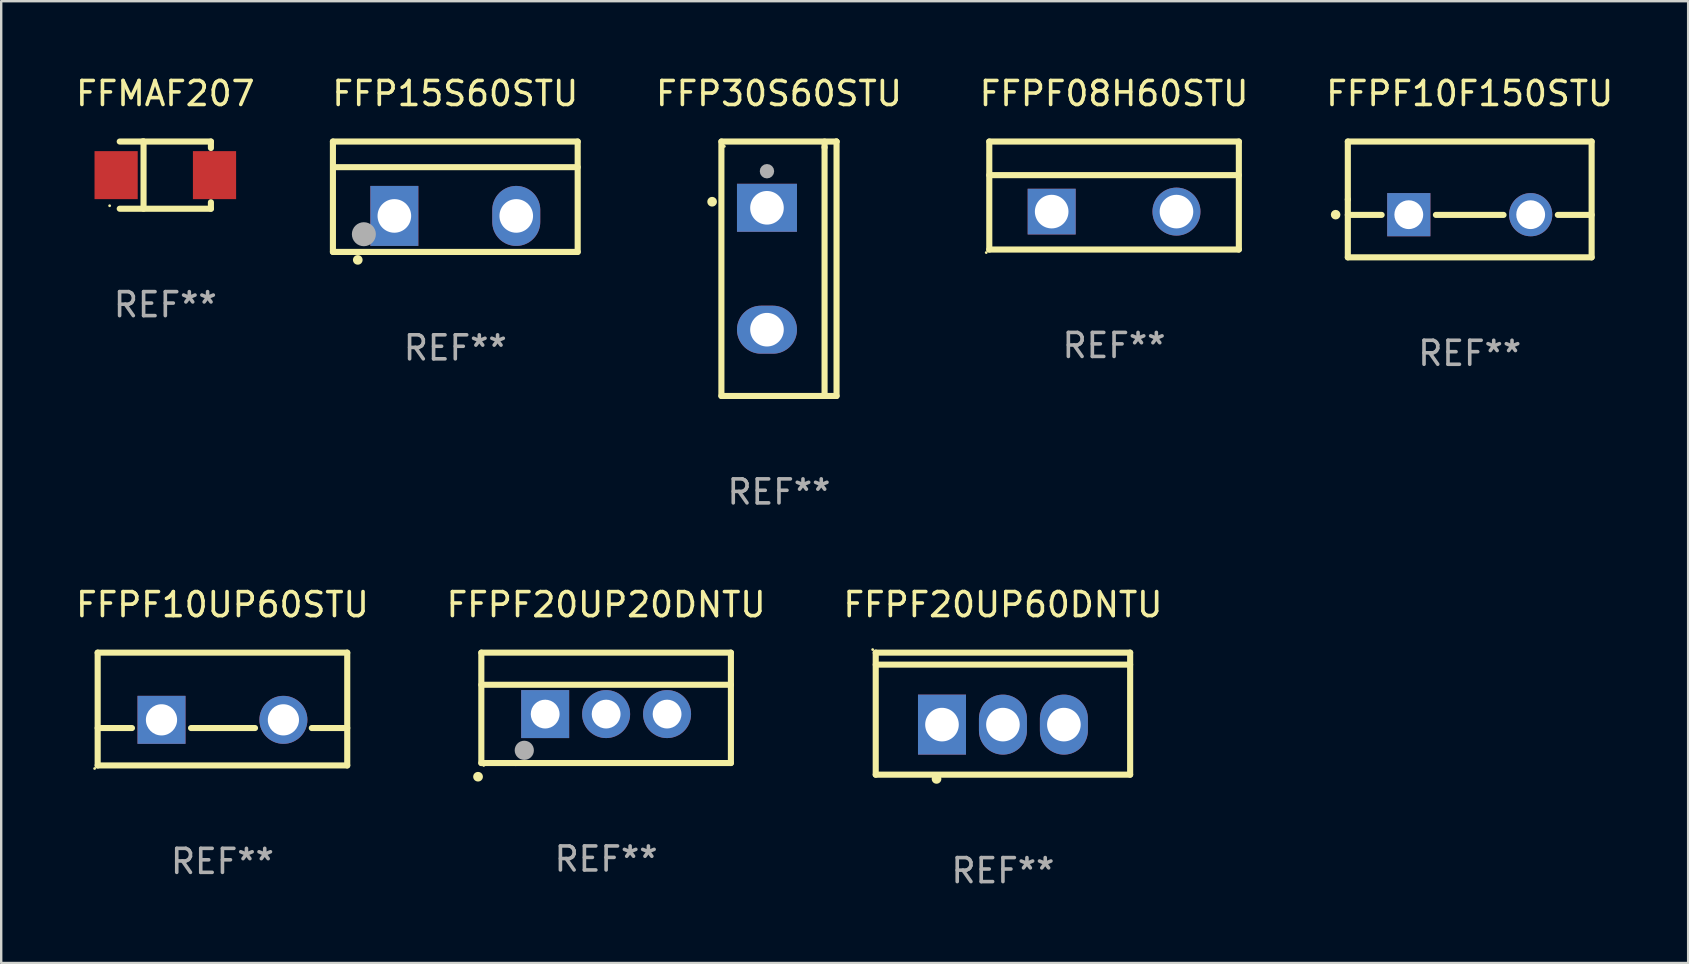
<source format=kicad_pcb>
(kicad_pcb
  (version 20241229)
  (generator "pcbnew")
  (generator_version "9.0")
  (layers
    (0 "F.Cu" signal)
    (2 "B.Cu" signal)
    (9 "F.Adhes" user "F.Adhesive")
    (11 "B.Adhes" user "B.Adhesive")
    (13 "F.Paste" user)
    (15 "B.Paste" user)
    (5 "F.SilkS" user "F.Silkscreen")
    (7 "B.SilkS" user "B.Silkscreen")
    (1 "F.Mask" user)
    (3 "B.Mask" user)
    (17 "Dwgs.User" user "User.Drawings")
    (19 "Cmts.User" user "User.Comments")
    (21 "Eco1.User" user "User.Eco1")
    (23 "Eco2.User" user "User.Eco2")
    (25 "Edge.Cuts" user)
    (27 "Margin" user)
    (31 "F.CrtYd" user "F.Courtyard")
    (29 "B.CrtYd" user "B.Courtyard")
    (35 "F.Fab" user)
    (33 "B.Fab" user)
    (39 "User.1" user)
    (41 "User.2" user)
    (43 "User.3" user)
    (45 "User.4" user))
  (footprint "FFMAF207"
    (layer "F.Cu")
    (at 3.839 4.248)
    (property "Reference" "FFMAF207" (at 0 -3.4 0) (layer "F.SilkS") (effects (font (size 1 1) (thickness 0.15))))
    (attr through_hole)
    (fp_line (start -1.9 -1.4) (end 1.9 -1.4) (stroke (width 0.254) (type solid)) (layer "F.SilkS"))
    (fp_line (start -1.9 1.4) (end 1.9 1.4) (stroke (width 0.254) (type solid)) (layer "F.SilkS"))
    (fp_line (start -0.954 -1.4) (end -0.907 -1.4) (stroke (width 0.254) (type solid)) (layer "F.SilkS"))
    (fp_line (start -0.907 -1.4) (end -0.907 1.4) (stroke (width 0.254) (type solid)) (layer "F.SilkS"))
    (fp_line (start 1.9 -1.4) (end 1.9 -1.131) (stroke (width 0.254) (type solid)) (layer "F.SilkS"))
    (fp_line (start 1.9 1.131) (end 1.9 1.4) (stroke (width 0.254) (type solid)) (layer "F.SilkS"))
    (fp_circle (center -2.32 1.275) (end -2.29 1.275) (stroke (width 0.06) (type solid)) (fill no) (layer "F.SilkS"))
    (fp_text user "REF**" (at 0 5.4 0) (layer "F.Fab") (effects (font (size 1 1) (thickness 0.15))))
    (pad "1" smd rect (at -2.05 0 180) (size 1.8 2) (layers "F.Cu" "F.Mask" "F.Paste"))
    (pad "2" smd rect (at 2.05 0 180) (size 1.8 2) (layers "F.Cu" "F.Mask" "F.Paste")))
  (footprint "FFPF10F150STU"
    (layer "F.Cu")
    (at 58.196 5.261)
    (property "Reference" "FFPF10F150STU" (at 0 -4.413 0) (layer "F.SilkS") (effects (font (size 1 1) (thickness 0.15))))
    (attr through_hole)
    (fp_line (start -5.08 -2.413) (end 5.08 -2.413) (stroke (width 0.254) (type solid)) (layer "F.SilkS"))
    (fp_line (start -5.08 0) (end -5.08 -2.413) (stroke (width 0.254) (type solid)) (layer "F.SilkS"))
    (fp_line (start -5.08 0.644) (end -3.671 0.644) (stroke (width 0.254) (type solid)) (layer "F.SilkS"))
    (fp_line (start -5.08 2.413) (end -5.08 0) (stroke (width 0.254) (type solid)) (layer "F.SilkS"))
    (fp_line (start -1.409 0.644) (end 1.409 0.644) (stroke (width 0.254) (type solid)) (layer "F.SilkS"))
    (fp_line (start 3.671 0.644) (end 5.08 0.644) (stroke (width 0.254) (type solid)) (layer "F.SilkS"))
    (fp_line (start 5.08 -2.413) (end 5.08 2.413) (stroke (width 0.254) (type solid)) (layer "F.SilkS"))
    (fp_line (start 5.08 2.413) (end -5.08 2.413) (stroke (width 0.254) (type solid)) (layer "F.SilkS"))
    (fp_circle (center -5.588 0.635) (end -5.488 0.635) (stroke (width 0.2) (type solid)) (fill no) (layer "F.SilkS"))
    (fp_circle (center -5.08 2.325) (end -5.05 2.325) (stroke (width 0.06) (type solid)) (fill no) (layer "F.SilkS"))
    (fp_text user "REF**" (at 0 6.413 0) (layer "F.Fab") (effects (font (size 1 1) (thickness 0.15))))
    (pad "1" thru_hole rect (at -2.54 0.635) (size 1.8 1.8) (drill 1.2) (layers "*.Cu" "*.Mask"))
    (pad "2" thru_hole circle (at 2.54 0.635) (size 1.8 1.8) (drill 1.2) (layers "*.Cu" "*.Mask")))
  (footprint "FFPF20UP60DNTU"
    (layer "F.Cu")
    (at 38.744 26.689)
    (property "Reference" "FFPF20UP60DNTU" (at 0 -4.543 0) (layer "F.SilkS") (effects (font (size 1 1) (thickness 0.15))))
    (attr through_hole)
    (fp_line (start -5.301 -2.543) (end 5.301 -2.543) (stroke (width 0.254) (type solid)) (layer "F.SilkS"))
    (fp_line (start -5.301 2.543) (end -5.301 -2.543) (stroke (width 0.254) (type solid)) (layer "F.SilkS"))
    (fp_line (start 5.3 -2.043) (end -5.3 -2.043) (stroke (width 0.254) (type solid)) (layer "F.SilkS"))
    (fp_line (start 5.301 -2.543) (end 5.301 2.543) (stroke (width 0.254) (type solid)) (layer "F.SilkS"))
    (fp_line (start 5.301 2.543) (end -5.301 2.543) (stroke (width 0.254) (type solid)) (layer "F.SilkS"))
    (fp_arc (start -2.768606 2.720345) (mid -2.767336 2.720341) (end -2.766066 2.720345) (stroke (width 0.4) (type solid)) (layer "F.SilkS"))
    (fp_circle (center -5.428 -2.67) (end -5.398 -2.67) (stroke (width 0.06) (type solid)) (fill no) (layer "F.SilkS"))
    (fp_text user "REF**" (at 0 6.543 0) (layer "F.Fab") (effects (font (size 1 1) (thickness 0.15))))
    (pad "1" thru_hole rect (at -2.54 0.457) (size 2 2.5) (drill 1.4) (layers "*.Cu" "*.Mask"))
    (pad "2" thru_hole oval (at 0 0.457) (size 2 2.5) (drill 1.4) (layers "*.Cu" "*.Mask"))
    (pad "3" thru_hole oval (at 2.54 0.457) (size 2 2.5) (drill 1.4) (layers "*.Cu" "*.Mask")))
  (footprint "FFPF10UP60STU"
    (layer "F.Cu")
    (at 6.22 26.497)
    (property "Reference" "FFPF10UP60STU" (at 0 -4.35 0) (layer "F.SilkS") (effects (font (size 1 1) (thickness 0.15))))
    (attr through_hole)
    (fp_line (start -5.2 -2.35) (end -5.2 2.35) (stroke (width 0.254) (type solid)) (layer "F.SilkS"))
    (fp_line (start -5.2 -2.35) (end 5.2 -2.35) (stroke (width 0.254) (type solid)) (layer "F.SilkS"))
    (fp_line (start -5.2 0.792) (end -3.771 0.792) (stroke (width 0.254) (type solid)) (layer "F.SilkS"))
    (fp_line (start -5.2 2.35) (end 5.2 2.35) (stroke (width 0.254) (type solid)) (layer "F.SilkS"))
    (fp_line (start -1.309 0.792) (end 1.357 0.792) (stroke (width 0.254) (type solid)) (layer "F.SilkS"))
    (fp_line (start 3.723 0.792) (end 5.2 0.792) (stroke (width 0.254) (type solid)) (layer "F.SilkS"))
    (fp_line (start 5.2 -2.35) (end 5.2 2.35) (stroke (width 0.254) (type solid)) (layer "F.SilkS"))
    (fp_circle (center -5.327 2.477) (end -5.297 2.477) (stroke (width 0.06) (type solid)) (fill no) (layer "F.SilkS"))
    (fp_text user "REF**" (at 0 6.35 0) (layer "F.Fab") (effects (font (size 1 1) (thickness 0.15))))
    (pad "1" thru_hole rect (at -2.54 0.45) (size 2 2) (drill 1.3) (layers "*.Cu" "*.Mask"))
    (pad "2" thru_hole circle (at 2.54 0.45) (size 2 2) (drill 1.3) (layers "*.Cu" "*.Mask")))
  (footprint "FFP30S60STU"
    (layer "F.Cu")
    (at 29.411 8.149)
    (property "Reference" "FFP30S60STU" (at 0 -7.301 0) (layer "F.SilkS") (effects (font (size 1 1) (thickness 0.15))))
    (attr through_hole)
    (fp_line (start -2.399 -5.301) (end 2.394 -5.301) (stroke (width 0.254) (type solid)) (layer "F.SilkS"))
    (fp_line (start -2.399 5.301) (end -2.399 -5.301) (stroke (width 0.254) (type solid)) (layer "F.SilkS"))
    (fp_line (start 1.9 -5.061) (end 1.9 -5.3) (stroke (width 0.254) (type solid)) (layer "F.SilkS"))
    (fp_line (start 1.9 5.3) (end 1.9 -5.061) (stroke (width 0.254) (type solid)) (layer "F.SilkS"))
    (fp_line (start 2.394 -5.301) (end 2.399 -5.301) (stroke (width 0.254) (type solid)) (layer "F.SilkS"))
    (fp_line (start 2.399 -5.301) (end 2.399 5.301) (stroke (width 0.254) (type solid)) (layer "F.SilkS"))
    (fp_line (start 2.399 5.301) (end -2.399 5.301) (stroke (width 0.254) (type solid)) (layer "F.SilkS"))
    (fp_arc (start -2.786043 -2.791466) (mid -2.786047 -2.792736) (end -2.786043 -2.794006) (stroke (width 0.4) (type solid)) (layer "F.SilkS"))
    (fp_circle (center -2.275 -5.1) (end -2.245 -5.1) (stroke (width 0.06) (type solid)) (fill no) (layer "F.SilkS"))
    (fp_circle (center -0.5 -4.064) (end -0.35 -4.064) (stroke (width 0.3) (type solid)) (fill no) (layer "F.Fab"))
    (fp_text user "REF**" (at 0 9.301 0) (layer "F.Fab") (effects (font (size 1 1) (thickness 0.15))))
    (pad "1" thru_hole rect (at -0.5 -2.54 270) (size 2 2.5) (drill 1.4) (layers "*.Cu" "*.Mask"))
    (pad "3" thru_hole oval (at -0.5 2.54 270) (size 2 2.5) (drill 1.4) (layers "*.Cu" "*.Mask")))
  (footprint "FFPF08H60STU"
    (layer "F.Cu")
    (at 43.375 5.098)
    (property "Reference" "FFPF08H60STU" (at 0 -4.25 0) (layer "F.SilkS") (effects (font (size 1 1) (thickness 0.15))))
    (attr through_hole)
    (fp_line (start -5.2 -2.25) (end 5.2 -2.25) (stroke (width 0.254) (type solid)) (layer "F.SilkS"))
    (fp_line (start -5.2 -0.85) (end 5.2 -0.85) (stroke (width 0.254) (type solid)) (layer "F.SilkS"))
    (fp_line (start -5.2 2.25) (end -5.2 -2.25) (stroke (width 0.254) (type solid)) (layer "F.SilkS"))
    (fp_line (start -5.2 2.25) (end 5.2 2.25) (stroke (width 0.254) (type solid)) (layer "F.SilkS"))
    (fp_line (start 5.2 2.25) (end 5.2 -2.25) (stroke (width 0.254) (type solid)) (layer "F.SilkS"))
    (fp_circle (center -5.327 2.377) (end -5.297 2.377) (stroke (width 0.06) (type solid)) (fill no) (layer "F.SilkS"))
    (fp_text user "REF**" (at 0 6.25 0) (layer "F.Fab") (effects (font (size 1 1) (thickness 0.15))))
    (pad "1" thru_hole rect (at -2.6 0.67 90) (size 1.905 2) (drill 1.4) (layers "*.Cu" "*.Mask"))
    (pad "3" thru_hole circle (at 2.6 0.67) (size 2 2) (drill 1.4) (layers "*.Cu" "*.Mask")))
  (footprint "FFPF20UP20DNTU"
    (layer "F.Cu")
    (at 22.208 26.447)
    (property "Reference" "FFPF20UP20DNTU" (at 0 -4.3 0) (layer "F.SilkS") (effects (font (size 1 1) (thickness 0.15))))
    (attr through_hole)
    (fp_line (start -5.2 -2.3) (end -5.2 2.3) (stroke (width 0.254) (type solid)) (layer "F.SilkS"))
    (fp_line (start -5.2 -0.961) (end 5.2 -0.961) (stroke (width 0.254) (type solid)) (layer "F.SilkS"))
    (fp_line (start -5.2 2.3) (end -3.768 2.3) (stroke (width 0.254) (type solid)) (layer "F.SilkS"))
    (fp_line (start -3.768 2.3) (end 5.2 2.3) (stroke (width 0.254) (type solid)) (layer "F.SilkS"))
    (fp_line (start 5.2 -2.3) (end -5.2 -2.3) (stroke (width 0.254) (type solid)) (layer "F.SilkS"))
    (fp_line (start 5.2 -2.3) (end 5.2 2.3) (stroke (width 0.254) (type solid)) (layer "F.SilkS"))
    (fp_arc (start -5.340005 2.870003) (mid -5.337465 2.869987) (end -5.334925 2.870003) (stroke (width 0.4) (type solid)) (layer "F.SilkS"))
    (fp_circle (center -5.1 2.4) (end -5.07 2.4) (stroke (width 0.06) (type solid)) (fill no) (layer "F.SilkS"))
    (fp_circle (center -3.41 1.77) (end -3.21 1.77) (stroke (width 0.4) (type solid)) (fill no) (layer "F.Fab"))
    (fp_text user "REF**" (at 0 6.3 0) (layer "F.Fab") (effects (font (size 1 1) (thickness 0.15))))
    (pad "1" thru_hole rect (at -2.54 0.26) (size 2 2) (drill 1.2) (layers "*.Cu" "*.Mask"))
    (pad "2" thru_hole circle (at 0 0.26) (size 2 2) (drill 1.2) (layers "*.Cu" "*.Mask"))
    (pad "3" thru_hole circle (at 2.54 0.26) (size 2 2) (drill 1.2) (layers "*.Cu" "*.Mask")))
  (footprint "FFP15S60STU"
    (layer "F.Cu")
    (at 15.923 5.148)
    (property "Reference" "FFP15S60STU" (at 0 -4.3 0) (layer "F.SilkS") (effects (font (size 1 1) (thickness 0.15))))
    (attr through_hole)
    (fp_line (start -5.1 -2.3) (end -5.1 2.3) (stroke (width 0.254) (type solid)) (layer "F.SilkS"))
    (fp_line (start -5.1 2.3) (end 5.1 2.3) (stroke (width 0.254) (type solid)) (layer "F.SilkS"))
    (fp_line (start -5.08 -1.232) (end 5.1 -1.232) (stroke (width 0.254) (type solid)) (layer "F.SilkS"))
    (fp_line (start 5.1 -2.3) (end -5.1 -2.3) (stroke (width 0.254) (type solid)) (layer "F.SilkS"))
    (fp_line (start 5.1 -2.3) (end 5.1 2.3) (stroke (width 0.254) (type solid)) (layer "F.SilkS"))
    (fp_arc (start -4.065278 2.632004) (mid -4.064008 2.632) (end -4.062738 2.632004) (stroke (width 0.4) (type solid)) (layer "F.SilkS"))
    (fp_circle (center -5.1 2.32) (end -5.07 2.32) (stroke (width 0.06) (type solid)) (fill no) (layer "F.SilkS"))
    (fp_circle (center -3.81 1.562) (end -3.56 1.562) (stroke (width 0.5) (type solid)) (fill no) (layer "F.Fab"))
    (fp_text user "REF**" (at 0 6.3 0) (layer "F.Fab") (effects (font (size 1 1) (thickness 0.15))))
    (pad "1" thru_hole rect (at -2.54 0.8) (size 2 2.5) (drill 1.4) (layers "*.Cu" "*.Mask"))
    (pad "2" thru_hole oval (at 2.54 0.8) (size 2 2.5) (drill 1.4) (layers "*.Cu" "*.Mask")))
  (gr_rect
    (start -3 -3)
    (end 67.298 37.08)
    (stroke (width 0.1) (type default))
    (fill no)
    (layer "Edge.Cuts")))
</source>
